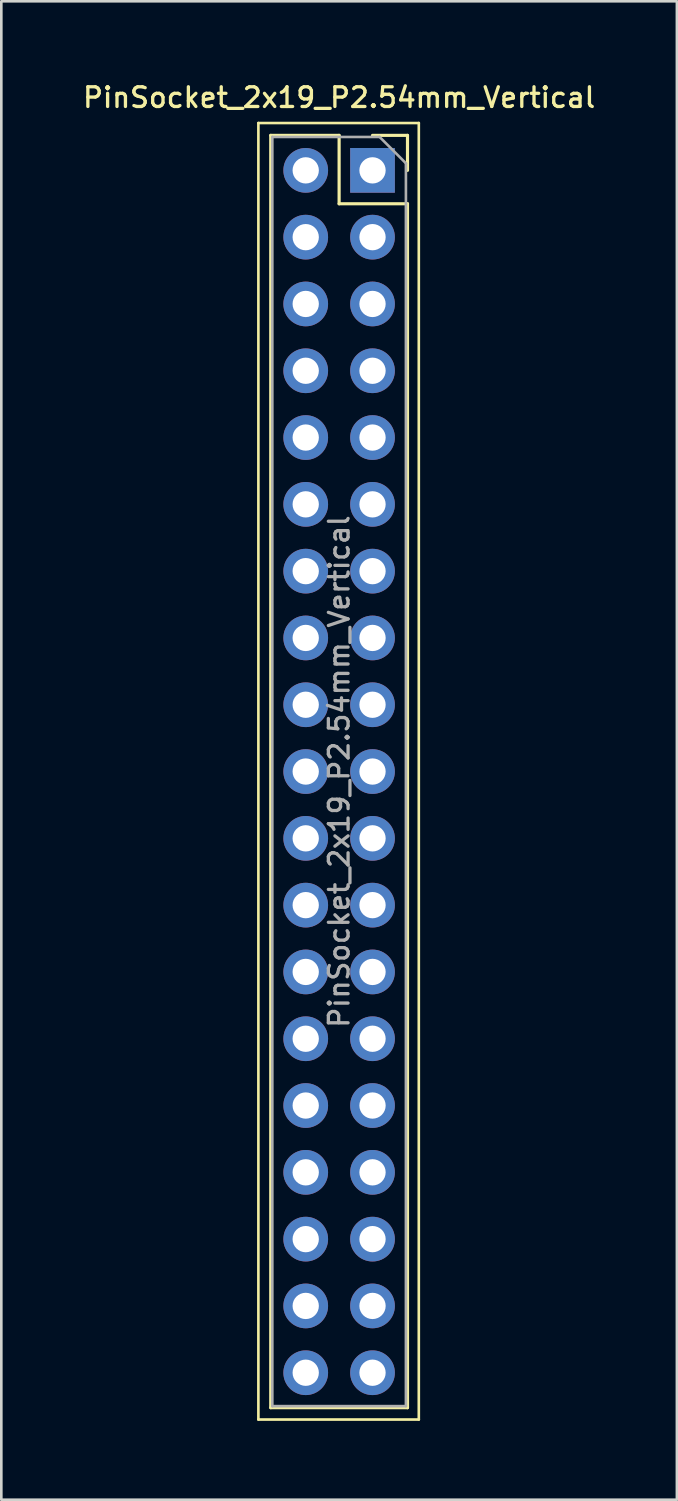
<source format=kicad_pcb>
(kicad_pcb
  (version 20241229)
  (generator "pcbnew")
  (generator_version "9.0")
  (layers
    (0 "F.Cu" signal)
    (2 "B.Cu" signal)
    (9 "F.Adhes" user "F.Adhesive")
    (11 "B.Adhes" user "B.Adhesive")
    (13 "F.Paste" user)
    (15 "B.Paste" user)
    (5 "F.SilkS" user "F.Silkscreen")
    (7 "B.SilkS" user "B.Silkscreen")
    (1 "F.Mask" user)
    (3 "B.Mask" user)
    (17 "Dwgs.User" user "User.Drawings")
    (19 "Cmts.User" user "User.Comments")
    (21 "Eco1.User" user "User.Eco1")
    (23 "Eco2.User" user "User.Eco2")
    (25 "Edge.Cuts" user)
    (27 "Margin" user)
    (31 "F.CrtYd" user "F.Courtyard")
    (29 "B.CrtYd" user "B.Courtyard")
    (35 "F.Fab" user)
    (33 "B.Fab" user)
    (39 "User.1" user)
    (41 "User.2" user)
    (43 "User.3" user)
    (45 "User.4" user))
  (footprint "PinSocket_2x19_P2.54mm_Vertical"
    (layer "F.Cu")
    (at 11.115 3.428)
    (property "Reference" "PinSocket_2x19_P2.54mm_Vertical" (at -1.27 -2.77 0) (layer "F.SilkS") (effects (font (size 0.75 0.75) (thickness 0.125))))
    (attr through_hole)
    (fp_line (start -4.34 -1.8) (end 1.76 -1.8) (stroke (width 0.1) (type solid)) (layer "F.SilkS"))
    (fp_line (start -4.34 47.5) (end -4.34 -1.8) (stroke (width 0.1) (type solid)) (layer "F.SilkS"))
    (fp_line (start -3.87 -1.33) (end -3.87 47.05) (stroke (width 0.12) (type solid)) (layer "F.SilkS"))
    (fp_line (start -3.87 -1.33) (end -1.27 -1.33) (stroke (width 0.12) (type solid)) (layer "F.SilkS"))
    (fp_line (start -3.87 47.05) (end 1.33 47.05) (stroke (width 0.12) (type solid)) (layer "F.SilkS"))
    (fp_line (start -1.27 -1.33) (end -1.27 1.27) (stroke (width 0.12) (type solid)) (layer "F.SilkS"))
    (fp_line (start -1.27 1.27) (end 1.33 1.27) (stroke (width 0.12) (type solid)) (layer "F.SilkS"))
    (fp_line (start 0 -1.33) (end 1.33 -1.33) (stroke (width 0.12) (type solid)) (layer "F.SilkS"))
    (fp_line (start 1.33 -1.33) (end 1.33 0) (stroke (width 0.12) (type solid)) (layer "F.SilkS"))
    (fp_line (start 1.33 1.27) (end 1.33 47.05) (stroke (width 0.12) (type solid)) (layer "F.SilkS"))
    (fp_line (start 1.76 -1.8) (end 1.76 47.5) (stroke (width 0.1) (type solid)) (layer "F.SilkS"))
    (fp_line (start 1.76 47.5) (end -4.34 47.5) (stroke (width 0.1) (type solid)) (layer "F.SilkS"))
    (fp_line (start -3.81 -1.27) (end 0.27 -1.27) (stroke (width 0.1) (type solid)) (layer "F.Fab"))
    (fp_line (start -3.81 46.99) (end -3.81 -1.27) (stroke (width 0.1) (type solid)) (layer "F.Fab"))
    (fp_line (start 0.27 -1.27) (end 1.27 -0.27) (stroke (width 0.1) (type solid)) (layer "F.Fab"))
    (fp_line (start 1.27 -0.27) (end 1.27 46.99) (stroke (width 0.1) (type solid)) (layer "F.Fab"))
    (fp_line (start 1.27 46.99) (end -3.81 46.99) (stroke (width 0.1) (type solid)) (layer "F.Fab"))
    (fp_text user "${REFERENCE}" (at -1.27 22.86 90) (layer "F.Fab") (effects (font (size 0.75 0.75) (thickness 0.125))))
    (pad "1" thru_hole rect (at 0 0) (size 1.7 1.7) (drill 1) (layers "*.Cu" "*.Mask"))
    (pad "2" thru_hole oval (at -2.54 0) (size 1.7 1.7) (drill 1) (layers "*.Cu" "*.Mask"))
    (pad "3" thru_hole oval (at 0 2.54) (size 1.7 1.7) (drill 1) (layers "*.Cu" "*.Mask"))
    (pad "4" thru_hole oval (at -2.54 2.54) (size 1.7 1.7) (drill 1) (layers "*.Cu" "*.Mask"))
    (pad "5" thru_hole oval (at 0 5.08) (size 1.7 1.7) (drill 1) (layers "*.Cu" "*.Mask"))
    (pad "6" thru_hole oval (at -2.54 5.08) (size 1.7 1.7) (drill 1) (layers "*.Cu" "*.Mask"))
    (pad "7" thru_hole oval (at 0 7.62) (size 1.7 1.7) (drill 1) (layers "*.Cu" "*.Mask"))
    (pad "8" thru_hole oval (at -2.54 7.62) (size 1.7 1.7) (drill 1) (layers "*.Cu" "*.Mask"))
    (pad "9" thru_hole oval (at 0 10.16) (size 1.7 1.7) (drill 1) (layers "*.Cu" "*.Mask"))
    (pad "10" thru_hole oval (at -2.54 10.16) (size 1.7 1.7) (drill 1) (layers "*.Cu" "*.Mask"))
    (pad "11" thru_hole oval (at 0 12.7) (size 1.7 1.7) (drill 1) (layers "*.Cu" "*.Mask"))
    (pad "12" thru_hole oval (at -2.54 12.7) (size 1.7 1.7) (drill 1) (layers "*.Cu" "*.Mask"))
    (pad "13" thru_hole oval (at 0 15.24) (size 1.7 1.7) (drill 1) (layers "*.Cu" "*.Mask"))
    (pad "14" thru_hole oval (at -2.54 15.24) (size 1.7 1.7) (drill 1) (layers "*.Cu" "*.Mask"))
    (pad "15" thru_hole oval (at 0 17.78) (size 1.7 1.7) (drill 1) (layers "*.Cu" "*.Mask"))
    (pad "16" thru_hole oval (at -2.54 17.78) (size 1.7 1.7) (drill 1) (layers "*.Cu" "*.Mask"))
    (pad "17" thru_hole oval (at 0 20.32) (size 1.7 1.7) (drill 1) (layers "*.Cu" "*.Mask"))
    (pad "18" thru_hole oval (at -2.54 20.32) (size 1.7 1.7) (drill 1) (layers "*.Cu" "*.Mask"))
    (pad "19" thru_hole oval (at 0 22.86) (size 1.7 1.7) (drill 1) (layers "*.Cu" "*.Mask"))
    (pad "20" thru_hole oval (at -2.54 22.86) (size 1.7 1.7) (drill 1) (layers "*.Cu" "*.Mask"))
    (pad "21" thru_hole oval (at 0 25.4) (size 1.7 1.7) (drill 1) (layers "*.Cu" "*.Mask"))
    (pad "22" thru_hole oval (at -2.54 25.4) (size 1.7 1.7) (drill 1) (layers "*.Cu" "*.Mask"))
    (pad "23" thru_hole oval (at 0 27.94) (size 1.7 1.7) (drill 1) (layers "*.Cu" "*.Mask"))
    (pad "24" thru_hole oval (at -2.54 27.94) (size 1.7 1.7) (drill 1) (layers "*.Cu" "*.Mask"))
    (pad "25" thru_hole oval (at 0 30.48) (size 1.7 1.7) (drill 1) (layers "*.Cu" "*.Mask"))
    (pad "26" thru_hole oval (at -2.54 30.48) (size 1.7 1.7) (drill 1) (layers "*.Cu" "*.Mask"))
    (pad "27" thru_hole oval (at 0 33.02) (size 1.7 1.7) (drill 1) (layers "*.Cu" "*.Mask"))
    (pad "28" thru_hole oval (at -2.54 33.02) (size 1.7 1.7) (drill 1) (layers "*.Cu" "*.Mask"))
    (pad "29" thru_hole oval (at 0 35.56) (size 1.7 1.7) (drill 1) (layers "*.Cu" "*.Mask"))
    (pad "30" thru_hole oval (at -2.54 35.56) (size 1.7 1.7) (drill 1) (layers "*.Cu" "*.Mask"))
    (pad "31" thru_hole oval (at 0 38.1) (size 1.7 1.7) (drill 1) (layers "*.Cu" "*.Mask"))
    (pad "32" thru_hole oval (at -2.54 38.1) (size 1.7 1.7) (drill 1) (layers "*.Cu" "*.Mask"))
    (pad "33" thru_hole oval (at 0 40.64) (size 1.7 1.7) (drill 1) (layers "*.Cu" "*.Mask"))
    (pad "34" thru_hole oval (at -2.54 40.64) (size 1.7 1.7) (drill 1) (layers "*.Cu" "*.Mask"))
    (pad "35" thru_hole oval (at 0 43.18) (size 1.7 1.7) (drill 1) (layers "*.Cu" "*.Mask"))
    (pad "36" thru_hole oval (at -2.54 43.18) (size 1.7 1.7) (drill 1) (layers "*.Cu" "*.Mask"))
    (pad "37" thru_hole oval (at 0 45.72) (size 1.7 1.7) (drill 1) (layers "*.Cu" "*.Mask"))
    (pad "38" thru_hole oval (at -2.54 45.72) (size 1.7 1.7) (drill 1) (layers "*.Cu" "*.Mask")))
  (gr_rect
    (start -3 -3)
    (end 22.689 53.978)
    (stroke (width 0.1) (type default))
    (fill no)
    (layer "Edge.Cuts")))
</source>
